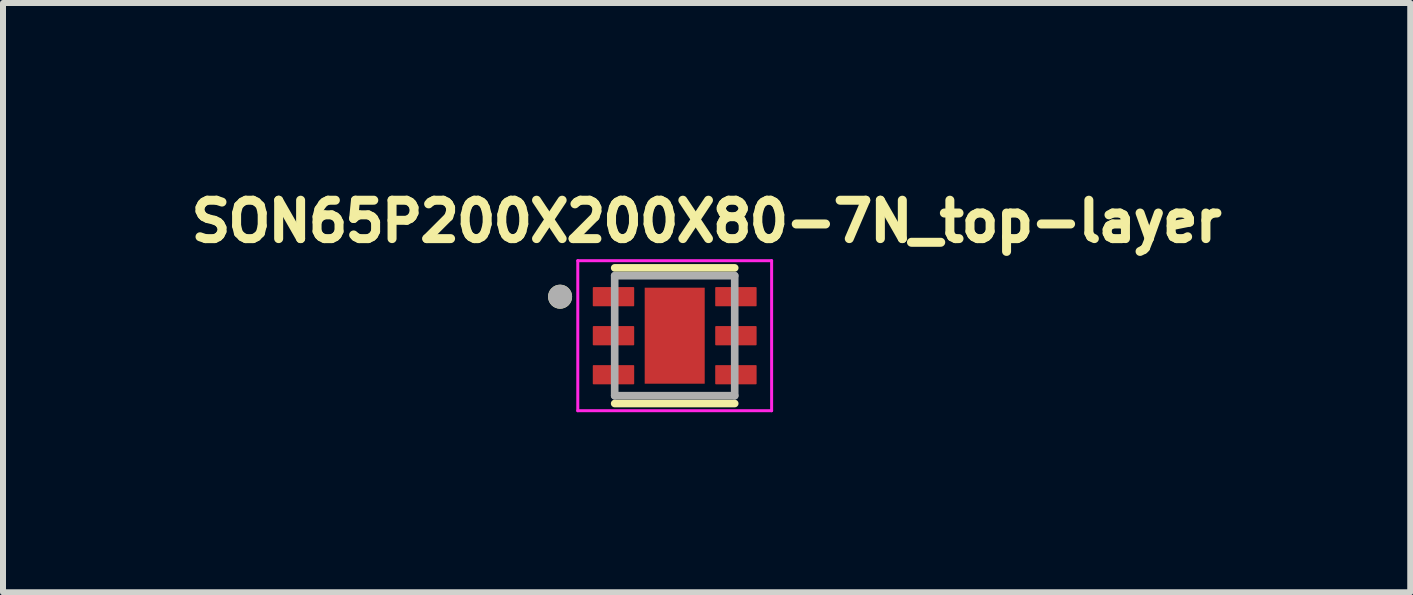
<source format=kicad_pcb>
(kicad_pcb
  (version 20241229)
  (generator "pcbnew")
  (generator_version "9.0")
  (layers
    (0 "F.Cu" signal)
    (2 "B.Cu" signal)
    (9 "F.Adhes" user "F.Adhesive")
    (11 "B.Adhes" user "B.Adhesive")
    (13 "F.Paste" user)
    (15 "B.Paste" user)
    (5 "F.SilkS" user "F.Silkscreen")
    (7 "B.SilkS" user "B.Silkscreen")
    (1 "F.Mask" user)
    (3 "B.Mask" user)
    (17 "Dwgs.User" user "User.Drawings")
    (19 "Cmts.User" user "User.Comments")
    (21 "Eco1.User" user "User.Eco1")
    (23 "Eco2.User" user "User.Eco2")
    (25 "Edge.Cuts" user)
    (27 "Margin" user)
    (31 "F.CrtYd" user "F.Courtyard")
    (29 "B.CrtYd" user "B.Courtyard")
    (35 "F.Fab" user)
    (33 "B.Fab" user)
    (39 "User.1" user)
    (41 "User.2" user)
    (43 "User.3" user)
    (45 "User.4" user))
  (footprint "SON65P200X200X80-7N_top-layer"
    (layer "F.Cu")
    (at 8.193 2.544)
    (property "Reference" "SON65P200X200X80-7N_top-layer" (at 0.532 -1.906 0) (layer "F.SilkS") (effects (font (size 0.64 0.64) (thickness 0.15))))
    (attr smd)
    (fp_line (start -1 -1.13) (end 1 -1.13) (stroke (width 0.127) (type solid)) (layer "F.SilkS"))
    (fp_line (start -1 1.13) (end 1 1.13) (stroke (width 0.127) (type solid)) (layer "F.SilkS"))
    (fp_circle (center -1.91 -0.65) (end -1.81 -0.65) (stroke (width 0.2) (type solid)) (fill no) (layer "F.SilkS"))
    (fp_line (start -1.615 -1.25) (end -1.615 1.25) (stroke (width 0.05) (type solid)) (layer "F.CrtYd"))
    (fp_line (start -1.615 -1.25) (end 1.615 -1.25) (stroke (width 0.05) (type solid)) (layer "F.CrtYd"))
    (fp_line (start -1.615 1.25) (end 1.615 1.25) (stroke (width 0.05) (type solid)) (layer "F.CrtYd"))
    (fp_line (start 1.615 -1.25) (end 1.615 1.25) (stroke (width 0.05) (type solid)) (layer "F.CrtYd"))
    (fp_line (start -1 -1) (end -1 1) (stroke (width 0.127) (type solid)) (layer "F.Fab"))
    (fp_line (start -1 -1) (end 1 -1) (stroke (width 0.127) (type solid)) (layer "F.Fab"))
    (fp_line (start -1 1) (end 1 1) (stroke (width 0.127) (type solid)) (layer "F.Fab"))
    (fp_line (start 1 -1) (end 1 1) (stroke (width 0.127) (type solid)) (layer "F.Fab"))
    (fp_circle (center -1.91 -0.65) (end -1.81 -0.65) (stroke (width 0.2) (type solid)) (fill no) (layer "F.Fab"))
    (pad "1" smd roundrect (at -1.02 -0.65) (size 0.69 0.32) (layers "F.Cu" "F.Mask" "F.Paste") (roundrect_rratio 0.04))
    (pad "2" smd roundrect (at -1.02 0) (size 0.69 0.32) (layers "F.Cu" "F.Mask" "F.Paste") (roundrect_rratio 0.04))
    (pad "3" smd roundrect (at -1.02 0.65) (size 0.69 0.32) (layers "F.Cu" "F.Mask" "F.Paste") (roundrect_rratio 0.04))
    (pad "4" smd roundrect (at 1.02 0.65) (size 0.69 0.32) (layers "F.Cu" "F.Mask" "F.Paste") (roundrect_rratio 0.04))
    (pad "5" smd roundrect (at 1.02 0) (size 0.69 0.32) (layers "F.Cu" "F.Mask" "F.Paste") (roundrect_rratio 0.04))
    (pad "6" smd roundrect (at 1.02 -0.65) (size 0.69 0.32) (layers "F.Cu" "F.Mask" "F.Paste") (roundrect_rratio 0.04))
    (pad "7" smd rect (at 0 0 90) (size 1.6 1) (layers "F.Cu" "F.Mask")))
  (gr_rect
    (start -3 -3)
    (end 20.45 6.819)
    (stroke (width 0.1) (type default))
    (fill no)
    (layer "Edge.Cuts")))
</source>
